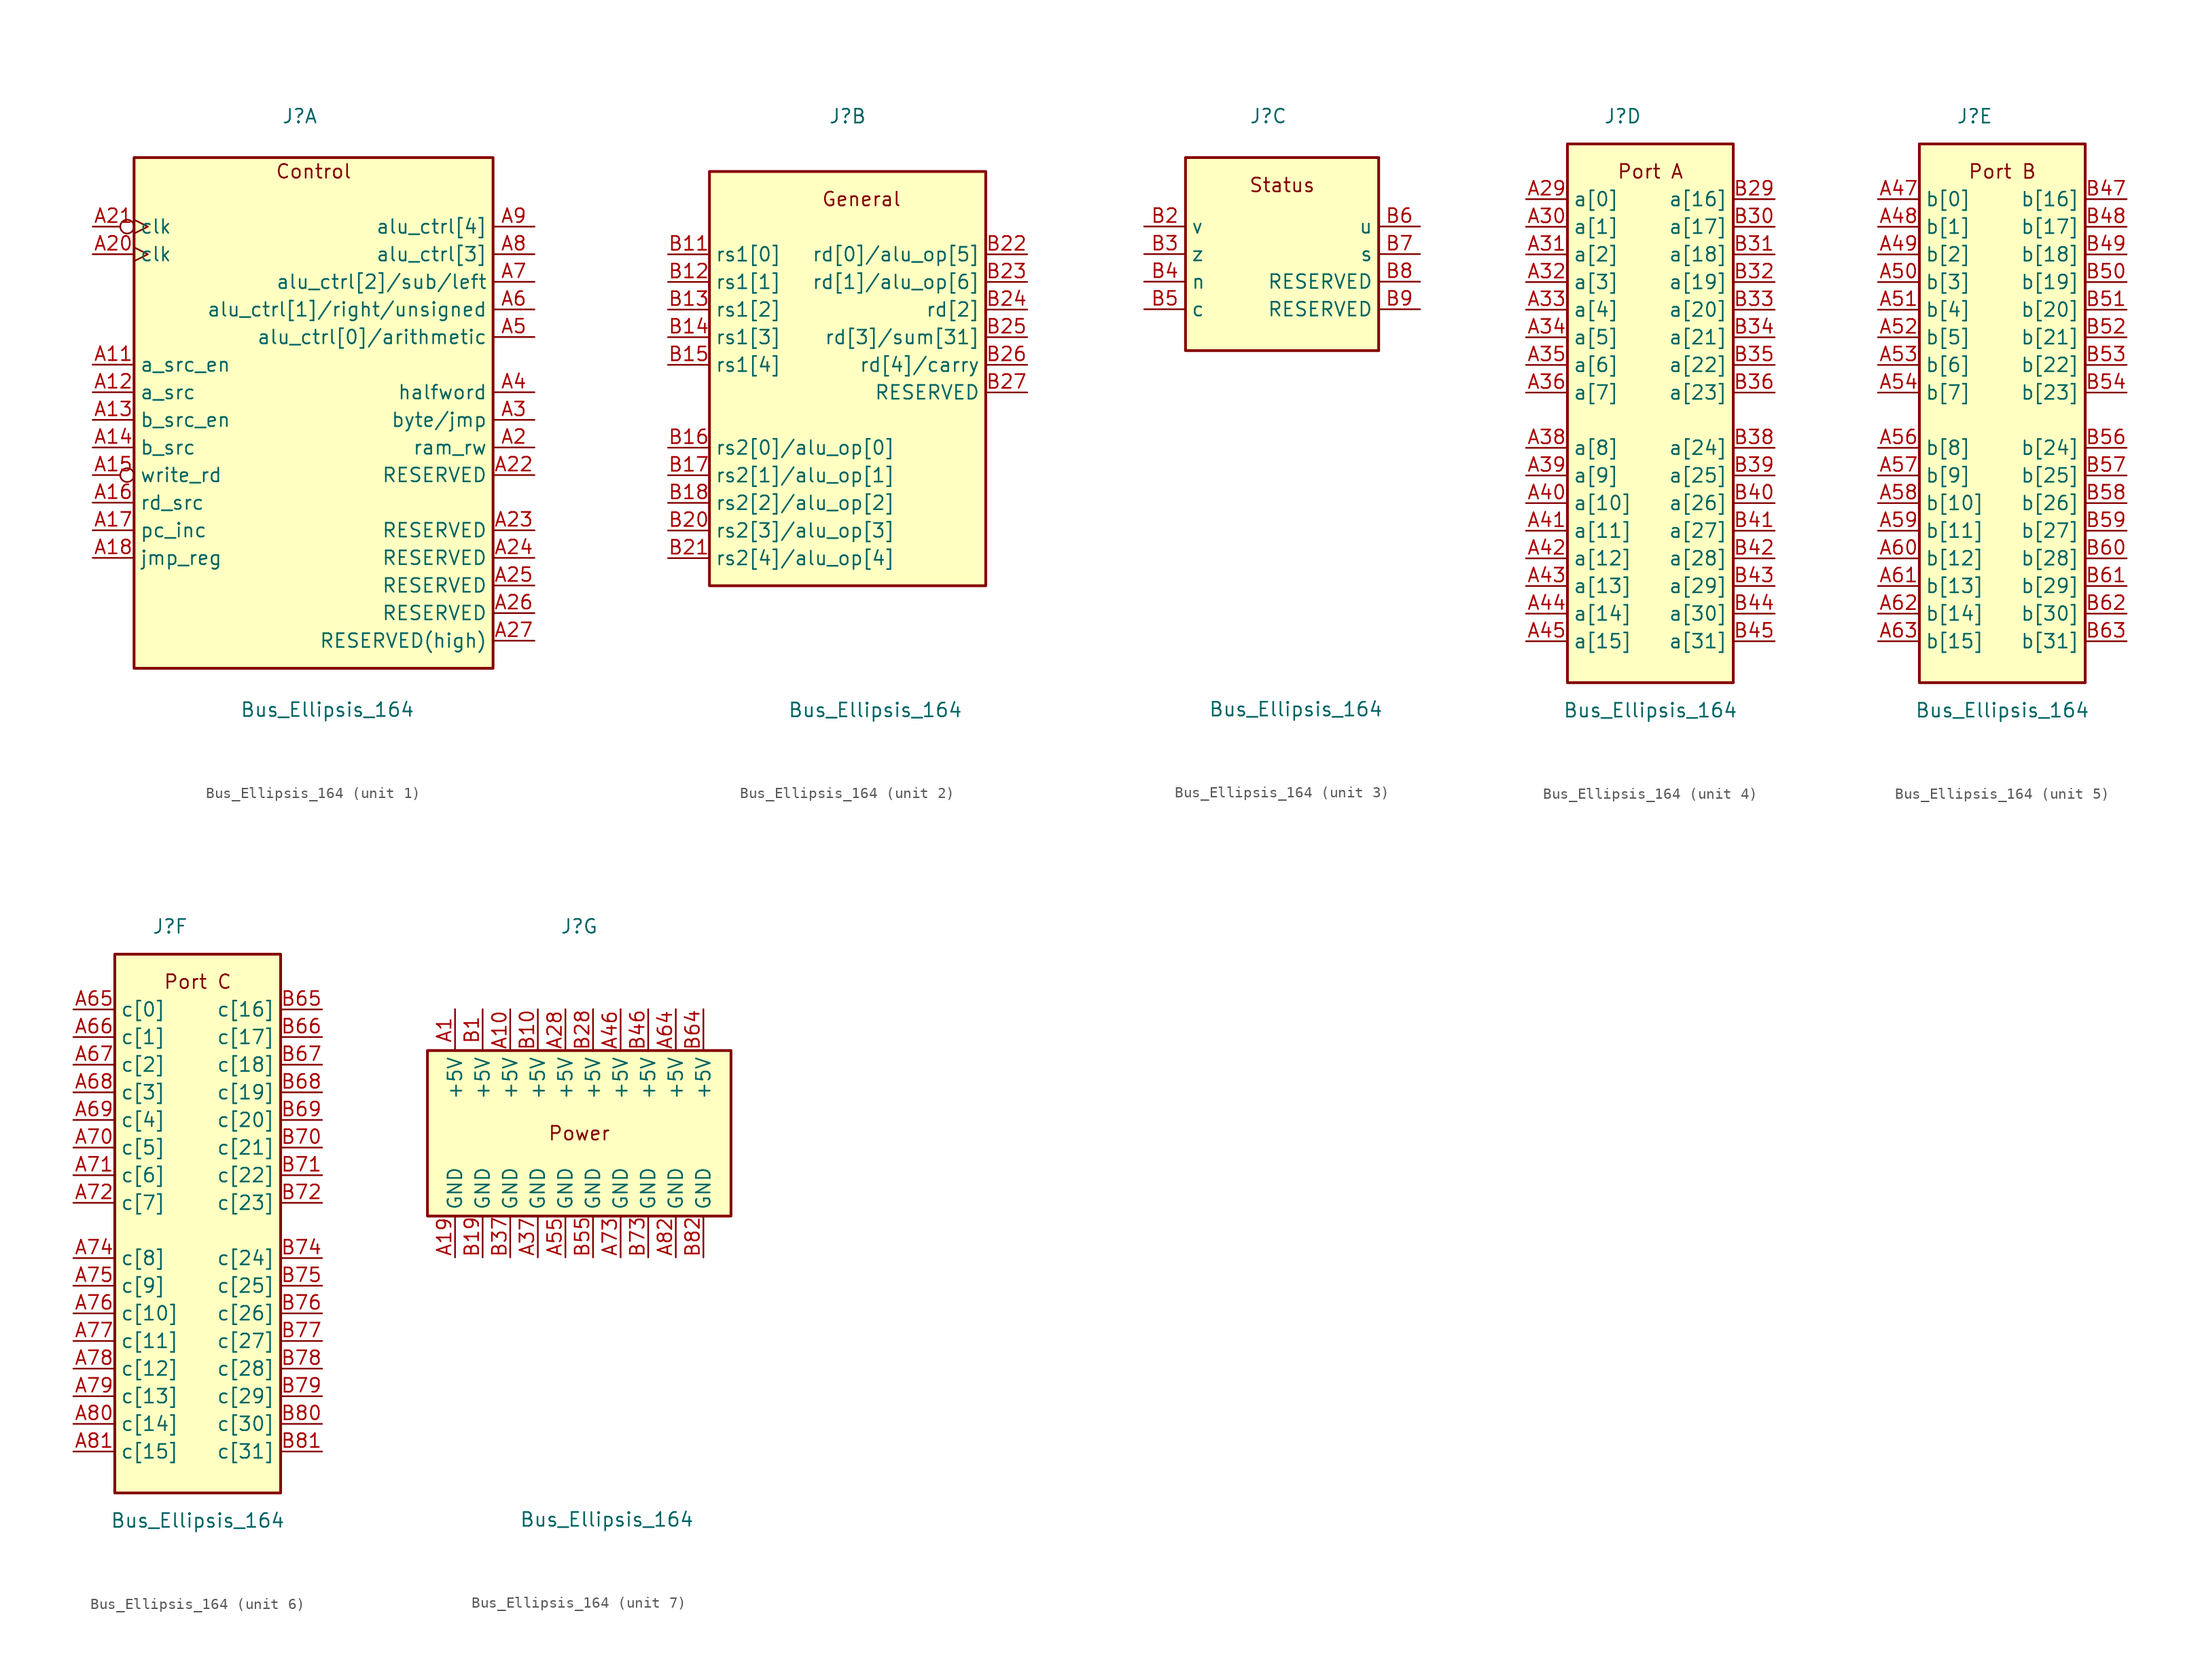
<source format=kicad_sym>
(kicad_symbol_lib
  (version 20231120)
  (generator "kicad_symbol_editor")
  (generator_version "8.0")
  (symbol "Bus_Ellipsis_164"
    (property "Reference" "J"
      (at -1.27 25.4 0)
      (effects (font (size 1.27 1.27))))
    (property "Value" "Bus_Ellipsis_164"
      (at 1.27 -29.21 0)
      (effects (font (size 1.27 1.27))))
    (property "ki_locked" ""
      (at 0 0 0)
      (effects (font (size 1.27 1.27))))
    (symbol "Bus_Ellipsis_164_1_1"
      (rectangle (start -16.51 21.59) (end 16.51 -25.4) (stroke (width 0.254) (type default)) (fill (type background)))
      (text "Control" (at 0 20.32 0) (effects (font (size 1.27 1.27))))
      (pin bidirectional line (at -20.32 2.54 0) (length 3.81) (name "a_src_en" (effects (font (size 1.27 1.27)))) (number "A11" (effects (font (size 1.27 1.27)))))
      (pin bidirectional line (at -20.32 0 0) (length 3.81) (name "a_src" (effects (font (size 1.27 1.27)))) (number "A12" (effects (font (size 1.27 1.27)))))
      (pin bidirectional line (at -20.32 -2.54 0) (length 3.81) (name "b_src_en" (effects (font (size 1.27 1.27)))) (number "A13" (effects (font (size 1.27 1.27)))))
      (pin bidirectional line (at -20.32 -5.08 0) (length 3.81) (name "b_src" (effects (font (size 1.27 1.27)))) (number "A14" (effects (font (size 1.27 1.27)))))
      (pin bidirectional inverted (at -20.32 -7.62 0) (length 3.81) (name "write_rd" (effects (font (size 1.27 1.27)))) (number "A15" (effects (font (size 1.27 1.27)))))
      (pin bidirectional line (at -20.32 -10.16 0) (length 3.81) (name "rd_src" (effects (font (size 1.27 1.27)))) (number "A16" (effects (font (size 1.27 1.27)))))
      (pin bidirectional line (at -20.32 -12.7 0) (length 3.81) (name "pc_inc" (effects (font (size 1.27 1.27)))) (number "A17" (effects (font (size 1.27 1.27)))))
      (pin bidirectional line (at -20.32 -15.24 0) (length 3.81) (name "jmp_reg" (effects (font (size 1.27 1.27)))) (number "A18" (effects (font (size 1.27 1.27)))))
      (pin bidirectional line (at 20.32 -5.08 180) (length 3.81) (name "ram_rw" (effects (font (size 1.27 1.27)))) (number "A2" (effects (font (size 1.27 1.27)))))
      (pin bidirectional clock (at -20.32 12.7 0) (length 3.81) (name "clk" (effects (font (size 1.27 1.27)))) (number "A20" (effects (font (size 1.27 1.27)))))
      (pin bidirectional inverted_clock (at -20.32 15.24 0) (length 3.81) (name "clk" (effects (font (size 1.27 1.27)))) (number "A21" (effects (font (size 1.27 1.27)))))
      (pin bidirectional line (at 20.32 -7.62 180) (length 3.81) (name "RESERVED" (effects (font (size 1.27 1.27)))) (number "A22" (effects (font (size 1.27 1.27)))))
      (pin bidirectional line (at 20.32 -12.7 180) (length 3.81) (name "RESERVED" (effects (font (size 1.27 1.27)))) (number "A23" (effects (font (size 1.27 1.27)))))
      (pin bidirectional line (at 20.32 -15.24 180) (length 3.81) (name "RESERVED" (effects (font (size 1.27 1.27)))) (number "A24" (effects (font (size 1.27 1.27)))))
      (pin bidirectional line (at 20.32 -17.78 180) (length 3.81) (name "RESERVED" (effects (font (size 1.27 1.27)))) (number "A25" (effects (font (size 1.27 1.27)))))
      (pin bidirectional line (at 20.32 -20.32 180) (length 3.81) (name "RESERVED" (effects (font (size 1.27 1.27)))) (number "A26" (effects (font (size 1.27 1.27)))))
      (pin bidirectional line (at 20.32 -22.86 180) (length 3.81) (name "RESERVED(high)" (effects (font (size 1.27 1.27)))) (number "A27" (effects (font (size 1.27 1.27)))))
      (pin bidirectional line (at 20.32 -2.54 180) (length 3.81) (name "byte/jmp" (effects (font (size 1.27 1.27)))) (number "A3" (effects (font (size 1.27 1.27)))))
      (pin bidirectional line (at 20.32 0 180) (length 3.81) (name "halfword" (effects (font (size 1.27 1.27)))) (number "A4" (effects (font (size 1.27 1.27)))))
      (pin bidirectional line (at 20.32 5.08 180) (length 3.81) (name "alu_ctrl[0]/arithmetic" (effects (font (size 1.27 1.27)))) (number "A5" (effects (font (size 1.27 1.27)))))
      (pin bidirectional line (at 20.32 7.62 180) (length 3.81) (name "alu_ctrl[1]/right/unsigned" (effects (font (size 1.27 1.27)))) (number "A6" (effects (font (size 1.27 1.27)))))
      (pin bidirectional line (at 20.32 10.16 180) (length 3.81) (name "alu_ctrl[2]/sub/left" (effects (font (size 1.27 1.27)))) (number "A7" (effects (font (size 1.27 1.27)))))
      (pin bidirectional line (at 20.32 12.7 180) (length 3.81) (name "alu_ctrl[3]" (effects (font (size 1.27 1.27)))) (number "A8" (effects (font (size 1.27 1.27)))))
      (pin bidirectional line (at 20.32 15.24 180) (length 3.81) (name "alu_ctrl[4]" (effects (font (size 1.27 1.27)))) (number "A9" (effects (font (size 1.27 1.27))))))
    (symbol "Bus_Ellipsis_164_2_1"
      (rectangle (start -13.97 20.32) (end 11.43 -17.78) (stroke (width 0.254) (type default)) (fill (type background)))
      (text "General" (at 0 17.78 0) (effects (font (size 1.27 1.27))))
      (pin bidirectional line (at -17.78 12.7 0) (length 3.81) (name "rs1[0]" (effects (font (size 1.27 1.27)))) (number "B11" (effects (font (size 1.27 1.27)))))
      (pin bidirectional line (at -17.78 10.16 0) (length 3.81) (name "rs1[1]" (effects (font (size 1.27 1.27)))) (number "B12" (effects (font (size 1.27 1.27)))))
      (pin bidirectional line (at -17.78 7.62 0) (length 3.81) (name "rs1[2]" (effects (font (size 1.27 1.27)))) (number "B13" (effects (font (size 1.27 1.27)))))
      (pin bidirectional line (at -17.78 5.08 0) (length 3.81) (name "rs1[3]" (effects (font (size 1.27 1.27)))) (number "B14" (effects (font (size 1.27 1.27)))))
      (pin bidirectional line (at -17.78 2.54 0) (length 3.81) (name "rs1[4]" (effects (font (size 1.27 1.27)))) (number "B15" (effects (font (size 1.27 1.27)))))
      (pin bidirectional line (at -17.78 -5.08 0) (length 3.81) (name "rs2[0]/alu_op[0]" (effects (font (size 1.27 1.27)))) (number "B16" (effects (font (size 1.27 1.27)))))
      (pin bidirectional line (at -17.78 -7.62 0) (length 3.81) (name "rs2[1]/alu_op[1]" (effects (font (size 1.27 1.27)))) (number "B17" (effects (font (size 1.27 1.27)))))
      (pin bidirectional line (at -17.78 -10.16 0) (length 3.81) (name "rs2[2]/alu_op[2]" (effects (font (size 1.27 1.27)))) (number "B18" (effects (font (size 1.27 1.27)))))
      (pin bidirectional line (at -17.78 -12.7 0) (length 3.81) (name "rs2[3]/alu_op[3]" (effects (font (size 1.27 1.27)))) (number "B20" (effects (font (size 1.27 1.27)))))
      (pin bidirectional line (at -17.78 -15.24 0) (length 3.81) (name "rs2[4]/alu_op[4]" (effects (font (size 1.27 1.27)))) (number "B21" (effects (font (size 1.27 1.27)))))
      (pin bidirectional line (at 15.24 12.7 180) (length 3.81) (name "rd[0]/alu_op[5]" (effects (font (size 1.27 1.27)))) (number "B22" (effects (font (size 1.27 1.27)))))
      (pin bidirectional line (at 15.24 10.16 180) (length 3.81) (name "rd[1]/alu_op[6]" (effects (font (size 1.27 1.27)))) (number "B23" (effects (font (size 1.27 1.27)))))
      (pin bidirectional line (at 15.24 7.62 180) (length 3.81) (name "rd[2]" (effects (font (size 1.27 1.27)))) (number "B24" (effects (font (size 1.27 1.27)))))
      (pin bidirectional line (at 15.24 5.08 180) (length 3.81) (name "rd[3]/sum[31]" (effects (font (size 1.27 1.27)))) (number "B25" (effects (font (size 1.27 1.27)))))
      (pin bidirectional line (at 15.24 2.54 180) (length 3.81) (name "rd[4]/carry" (effects (font (size 1.27 1.27)))) (number "B26" (effects (font (size 1.27 1.27)))))
      (pin bidirectional line (at 15.24 0 180) (length 3.81) (name "RESERVED" (effects (font (size 1.27 1.27)))) (number "B27" (effects (font (size 1.27 1.27))))))
    (symbol "Bus_Ellipsis_164_3_1"
      (rectangle (start -8.89 21.59) (end 8.89 3.81) (stroke (width 0.254) (type default)) (fill (type background)))
      (text "Status" (at 0 19.05 0) (effects (font (size 1.27 1.27))))
      (pin bidirectional line (at -12.7 15.24 0) (length 3.81) (name "v" (effects (font (size 1.27 1.27)))) (number "B2" (effects (font (size 1.27 1.27)))))
      (pin bidirectional line (at -12.7 12.7 0) (length 3.81) (name "z" (effects (font (size 1.27 1.27)))) (number "B3" (effects (font (size 1.27 1.27)))))
      (pin bidirectional line (at -12.7 10.16 0) (length 3.81) (name "n" (effects (font (size 1.27 1.27)))) (number "B4" (effects (font (size 1.27 1.27)))))
      (pin bidirectional line (at -12.7 7.62 0) (length 3.81) (name "c" (effects (font (size 1.27 1.27)))) (number "B5" (effects (font (size 1.27 1.27)))))
      (pin bidirectional line (at 12.7 15.24 180) (length 3.81) (name "u" (effects (font (size 1.27 1.27)))) (number "B6" (effects (font (size 1.27 1.27)))))
      (pin bidirectional line (at 12.7 12.7 180) (length 3.81) (name "s" (effects (font (size 1.27 1.27)))) (number "B7" (effects (font (size 1.27 1.27)))))
      (pin bidirectional line (at 12.7 10.16 180) (length 3.81) (name "RESERVED" (effects (font (size 1.27 1.27)))) (number "B8" (effects (font (size 1.27 1.27)))))
      (pin bidirectional line (at 12.7 7.62 180) (length 3.81) (name "RESERVED" (effects (font (size 1.27 1.27)))) (number "B9" (effects (font (size 1.27 1.27))))))
    (symbol "Bus_Ellipsis_164_4_1"
      (rectangle (start -6.35 22.86) (end 8.89 -26.67) (stroke (width 0.254) (type default)) (fill (type background)))
      (text "Port A" (at 1.27 20.32 0) (effects (font (size 1.27 1.27))))
      (pin bidirectional line (at -10.16 17.78 0) (length 3.81) (name "a[0]" (effects (font (size 1.27 1.27)))) (number "A29" (effects (font (size 1.27 1.27)))))
      (pin bidirectional line (at -10.16 15.24 0) (length 3.81) (name "a[1]" (effects (font (size 1.27 1.27)))) (number "A30" (effects (font (size 1.27 1.27)))))
      (pin bidirectional line (at -10.16 12.7 0) (length 3.81) (name "a[2]" (effects (font (size 1.27 1.27)))) (number "A31" (effects (font (size 1.27 1.27)))))
      (pin bidirectional line (at -10.16 10.16 0) (length 3.81) (name "a[3]" (effects (font (size 1.27 1.27)))) (number "A32" (effects (font (size 1.27 1.27)))))
      (pin bidirectional line (at -10.16 7.62 0) (length 3.81) (name "a[4]" (effects (font (size 1.27 1.27)))) (number "A33" (effects (font (size 1.27 1.27)))))
      (pin bidirectional line (at -10.16 5.08 0) (length 3.81) (name "a[5]" (effects (font (size 1.27 1.27)))) (number "A34" (effects (font (size 1.27 1.27)))))
      (pin bidirectional line (at -10.16 2.54 0) (length 3.81) (name "a[6]" (effects (font (size 1.27 1.27)))) (number "A35" (effects (font (size 1.27 1.27)))))
      (pin bidirectional line (at -10.16 0 0) (length 3.81) (name "a[7]" (effects (font (size 1.27 1.27)))) (number "A36" (effects (font (size 1.27 1.27)))))
      (pin bidirectional line (at -10.16 -5.08 0) (length 3.81) (name "a[8]" (effects (font (size 1.27 1.27)))) (number "A38" (effects (font (size 1.27 1.27)))))
      (pin bidirectional line (at -10.16 -7.62 0) (length 3.81) (name "a[9]" (effects (font (size 1.27 1.27)))) (number "A39" (effects (font (size 1.27 1.27)))))
      (pin bidirectional line (at -10.16 -10.16 0) (length 3.81) (name "a[10]" (effects (font (size 1.27 1.27)))) (number "A40" (effects (font (size 1.27 1.27)))))
      (pin bidirectional line (at -10.16 -12.7 0) (length 3.81) (name "a[11]" (effects (font (size 1.27 1.27)))) (number "A41" (effects (font (size 1.27 1.27)))))
      (pin bidirectional line (at -10.16 -15.24 0) (length 3.81) (name "a[12]" (effects (font (size 1.27 1.27)))) (number "A42" (effects (font (size 1.27 1.27)))))
      (pin bidirectional line (at -10.16 -17.78 0) (length 3.81) (name "a[13]" (effects (font (size 1.27 1.27)))) (number "A43" (effects (font (size 1.27 1.27)))))
      (pin bidirectional line (at -10.16 -20.32 0) (length 3.81) (name "a[14]" (effects (font (size 1.27 1.27)))) (number "A44" (effects (font (size 1.27 1.27)))))
      (pin bidirectional line (at -10.16 -22.86 0) (length 3.81) (name "a[15]" (effects (font (size 1.27 1.27)))) (number "A45" (effects (font (size 1.27 1.27)))))
      (pin bidirectional line (at 12.7 17.78 180) (length 3.81) (name "a[16]" (effects (font (size 1.27 1.27)))) (number "B29" (effects (font (size 1.27 1.27)))))
      (pin bidirectional line (at 12.7 15.24 180) (length 3.81) (name "a[17]" (effects (font (size 1.27 1.27)))) (number "B30" (effects (font (size 1.27 1.27)))))
      (pin bidirectional line (at 12.7 12.7 180) (length 3.81) (name "a[18]" (effects (font (size 1.27 1.27)))) (number "B31" (effects (font (size 1.27 1.27)))))
      (pin bidirectional line (at 12.7 10.16 180) (length 3.81) (name "a[19]" (effects (font (size 1.27 1.27)))) (number "B32" (effects (font (size 1.27 1.27)))))
      (pin bidirectional line (at 12.7 7.62 180) (length 3.81) (name "a[20]" (effects (font (size 1.27 1.27)))) (number "B33" (effects (font (size 1.27 1.27)))))
      (pin bidirectional line (at 12.7 5.08 180) (length 3.81) (name "a[21]" (effects (font (size 1.27 1.27)))) (number "B34" (effects (font (size 1.27 1.27)))))
      (pin bidirectional line (at 12.7 2.54 180) (length 3.81) (name "a[22]" (effects (font (size 1.27 1.27)))) (number "B35" (effects (font (size 1.27 1.27)))))
      (pin bidirectional line (at 12.7 0 180) (length 3.81) (name "a[23]" (effects (font (size 1.27 1.27)))) (number "B36" (effects (font (size 1.27 1.27)))))
      (pin bidirectional line (at 12.7 -5.08 180) (length 3.81) (name "a[24]" (effects (font (size 1.27 1.27)))) (number "B38" (effects (font (size 1.27 1.27)))))
      (pin bidirectional line (at 12.7 -7.62 180) (length 3.81) (name "a[25]" (effects (font (size 1.27 1.27)))) (number "B39" (effects (font (size 1.27 1.27)))))
      (pin bidirectional line (at 12.7 -10.16 180) (length 3.81) (name "a[26]" (effects (font (size 1.27 1.27)))) (number "B40" (effects (font (size 1.27 1.27)))))
      (pin bidirectional line (at 12.7 -12.7 180) (length 3.81) (name "a[27]" (effects (font (size 1.27 1.27)))) (number "B41" (effects (font (size 1.27 1.27)))))
      (pin bidirectional line (at 12.7 -15.24 180) (length 3.81) (name "a[28]" (effects (font (size 1.27 1.27)))) (number "B42" (effects (font (size 1.27 1.27)))))
      (pin bidirectional line (at 12.7 -17.78 180) (length 3.81) (name "a[29]" (effects (font (size 1.27 1.27)))) (number "B43" (effects (font (size 1.27 1.27)))))
      (pin bidirectional line (at 12.7 -20.32 180) (length 3.81) (name "a[30]" (effects (font (size 1.27 1.27)))) (number "B44" (effects (font (size 1.27 1.27)))))
      (pin bidirectional line (at 12.7 -22.86 180) (length 3.81) (name "a[31]" (effects (font (size 1.27 1.27)))) (number "B45" (effects (font (size 1.27 1.27))))))
    (symbol "Bus_Ellipsis_164_5_1"
      (rectangle (start -6.35 22.86) (end 8.89 -26.67) (stroke (width 0.254) (type default)) (fill (type background)))
      (text "Port B" (at 1.27 20.32 0) (effects (font (size 1.27 1.27))))
      (pin bidirectional line (at -10.16 17.78 0) (length 3.81) (name "b[0]" (effects (font (size 1.27 1.27)))) (number "A47" (effects (font (size 1.27 1.27)))))
      (pin bidirectional line (at -10.16 15.24 0) (length 3.81) (name "b[1]" (effects (font (size 1.27 1.27)))) (number "A48" (effects (font (size 1.27 1.27)))))
      (pin bidirectional line (at -10.16 12.7 0) (length 3.81) (name "b[2]" (effects (font (size 1.27 1.27)))) (number "A49" (effects (font (size 1.27 1.27)))))
      (pin bidirectional line (at -10.16 10.16 0) (length 3.81) (name "b[3]" (effects (font (size 1.27 1.27)))) (number "A50" (effects (font (size 1.27 1.27)))))
      (pin bidirectional line (at -10.16 7.62 0) (length 3.81) (name "b[4]" (effects (font (size 1.27 1.27)))) (number "A51" (effects (font (size 1.27 1.27)))))
      (pin bidirectional line (at -10.16 5.08 0) (length 3.81) (name "b[5]" (effects (font (size 1.27 1.27)))) (number "A52" (effects (font (size 1.27 1.27)))))
      (pin bidirectional line (at -10.16 2.54 0) (length 3.81) (name "b[6]" (effects (font (size 1.27 1.27)))) (number "A53" (effects (font (size 1.27 1.27)))))
      (pin bidirectional line (at -10.16 0 0) (length 3.81) (name "b[7]" (effects (font (size 1.27 1.27)))) (number "A54" (effects (font (size 1.27 1.27)))))
      (pin bidirectional line (at -10.16 -5.08 0) (length 3.81) (name "b[8]" (effects (font (size 1.27 1.27)))) (number "A56" (effects (font (size 1.27 1.27)))))
      (pin bidirectional line (at -10.16 -7.62 0) (length 3.81) (name "b[9]" (effects (font (size 1.27 1.27)))) (number "A57" (effects (font (size 1.27 1.27)))))
      (pin bidirectional line (at -10.16 -10.16 0) (length 3.81) (name "b[10]" (effects (font (size 1.27 1.27)))) (number "A58" (effects (font (size 1.27 1.27)))))
      (pin bidirectional line (at -10.16 -12.7 0) (length 3.81) (name "b[11]" (effects (font (size 1.27 1.27)))) (number "A59" (effects (font (size 1.27 1.27)))))
      (pin bidirectional line (at -10.16 -15.24 0) (length 3.81) (name "b[12]" (effects (font (size 1.27 1.27)))) (number "A60" (effects (font (size 1.27 1.27)))))
      (pin bidirectional line (at -10.16 -17.78 0) (length 3.81) (name "b[13]" (effects (font (size 1.27 1.27)))) (number "A61" (effects (font (size 1.27 1.27)))))
      (pin bidirectional line (at -10.16 -20.32 0) (length 3.81) (name "b[14]" (effects (font (size 1.27 1.27)))) (number "A62" (effects (font (size 1.27 1.27)))))
      (pin bidirectional line (at -10.16 -22.86 0) (length 3.81) (name "b[15]" (effects (font (size 1.27 1.27)))) (number "A63" (effects (font (size 1.27 1.27)))))
      (pin bidirectional line (at 12.7 17.78 180) (length 3.81) (name "b[16]" (effects (font (size 1.27 1.27)))) (number "B47" (effects (font (size 1.27 1.27)))))
      (pin bidirectional line (at 12.7 15.24 180) (length 3.81) (name "b[17]" (effects (font (size 1.27 1.27)))) (number "B48" (effects (font (size 1.27 1.27)))))
      (pin bidirectional line (at 12.7 12.7 180) (length 3.81) (name "b[18]" (effects (font (size 1.27 1.27)))) (number "B49" (effects (font (size 1.27 1.27)))))
      (pin bidirectional line (at 12.7 10.16 180) (length 3.81) (name "b[19]" (effects (font (size 1.27 1.27)))) (number "B50" (effects (font (size 1.27 1.27)))))
      (pin bidirectional line (at 12.7 7.62 180) (length 3.81) (name "b[20]" (effects (font (size 1.27 1.27)))) (number "B51" (effects (font (size 1.27 1.27)))))
      (pin bidirectional line (at 12.7 5.08 180) (length 3.81) (name "b[21]" (effects (font (size 1.27 1.27)))) (number "B52" (effects (font (size 1.27 1.27)))))
      (pin bidirectional line (at 12.7 2.54 180) (length 3.81) (name "b[22]" (effects (font (size 1.27 1.27)))) (number "B53" (effects (font (size 1.27 1.27)))))
      (pin bidirectional line (at 12.7 0 180) (length 3.81) (name "b[23]" (effects (font (size 1.27 1.27)))) (number "B54" (effects (font (size 1.27 1.27)))))
      (pin bidirectional line (at 12.7 -5.08 180) (length 3.81) (name "b[24]" (effects (font (size 1.27 1.27)))) (number "B56" (effects (font (size 1.27 1.27)))))
      (pin bidirectional line (at 12.7 -7.62 180) (length 3.81) (name "b[25]" (effects (font (size 1.27 1.27)))) (number "B57" (effects (font (size 1.27 1.27)))))
      (pin bidirectional line (at 12.7 -10.16 180) (length 3.81) (name "b[26]" (effects (font (size 1.27 1.27)))) (number "B58" (effects (font (size 1.27 1.27)))))
      (pin bidirectional line (at 12.7 -12.7 180) (length 3.81) (name "b[27]" (effects (font (size 1.27 1.27)))) (number "B59" (effects (font (size 1.27 1.27)))))
      (pin bidirectional line (at 12.7 -15.24 180) (length 3.81) (name "b[28]" (effects (font (size 1.27 1.27)))) (number "B60" (effects (font (size 1.27 1.27)))))
      (pin bidirectional line (at 12.7 -17.78 180) (length 3.81) (name "b[29]" (effects (font (size 1.27 1.27)))) (number "B61" (effects (font (size 1.27 1.27)))))
      (pin bidirectional line (at 12.7 -20.32 180) (length 3.81) (name "b[30]" (effects (font (size 1.27 1.27)))) (number "B62" (effects (font (size 1.27 1.27)))))
      (pin bidirectional line (at 12.7 -22.86 180) (length 3.81) (name "b[31]" (effects (font (size 1.27 1.27)))) (number "B63" (effects (font (size 1.27 1.27))))))
    (symbol "Bus_Ellipsis_164_6_1"
      (rectangle (start -6.35 22.86) (end 8.89 -26.67) (stroke (width 0.254) (type default)) (fill (type background)))
      (text "Port C" (at 1.27 20.32 0) (effects (font (size 1.27 1.27))))
      (pin bidirectional line (at -10.16 17.78 0) (length 3.81) (name "c[0]" (effects (font (size 1.27 1.27)))) (number "A65" (effects (font (size 1.27 1.27)))))
      (pin bidirectional line (at -10.16 15.24 0) (length 3.81) (name "c[1]" (effects (font (size 1.27 1.27)))) (number "A66" (effects (font (size 1.27 1.27)))))
      (pin bidirectional line (at -10.16 12.7 0) (length 3.81) (name "c[2]" (effects (font (size 1.27 1.27)))) (number "A67" (effects (font (size 1.27 1.27)))))
      (pin bidirectional line (at -10.16 10.16 0) (length 3.81) (name "c[3]" (effects (font (size 1.27 1.27)))) (number "A68" (effects (font (size 1.27 1.27)))))
      (pin bidirectional line (at -10.16 7.62 0) (length 3.81) (name "c[4]" (effects (font (size 1.27 1.27)))) (number "A69" (effects (font (size 1.27 1.27)))))
      (pin bidirectional line (at -10.16 5.08 0) (length 3.81) (name "c[5]" (effects (font (size 1.27 1.27)))) (number "A70" (effects (font (size 1.27 1.27)))))
      (pin bidirectional line (at -10.16 2.54 0) (length 3.81) (name "c[6]" (effects (font (size 1.27 1.27)))) (number "A71" (effects (font (size 1.27 1.27)))))
      (pin bidirectional line (at -10.16 0 0) (length 3.81) (name "c[7]" (effects (font (size 1.27 1.27)))) (number "A72" (effects (font (size 1.27 1.27)))))
      (pin bidirectional line (at -10.16 -5.08 0) (length 3.81) (name "c[8]" (effects (font (size 1.27 1.27)))) (number "A74" (effects (font (size 1.27 1.27)))))
      (pin bidirectional line (at -10.16 -7.62 0) (length 3.81) (name "c[9]" (effects (font (size 1.27 1.27)))) (number "A75" (effects (font (size 1.27 1.27)))))
      (pin bidirectional line (at -10.16 -10.16 0) (length 3.81) (name "c[10]" (effects (font (size 1.27 1.27)))) (number "A76" (effects (font (size 1.27 1.27)))))
      (pin bidirectional line (at -10.16 -12.7 0) (length 3.81) (name "c[11]" (effects (font (size 1.27 1.27)))) (number "A77" (effects (font (size 1.27 1.27)))))
      (pin bidirectional line (at -10.16 -15.24 0) (length 3.81) (name "c[12]" (effects (font (size 1.27 1.27)))) (number "A78" (effects (font (size 1.27 1.27)))))
      (pin bidirectional line (at -10.16 -17.78 0) (length 3.81) (name "c[13]" (effects (font (size 1.27 1.27)))) (number "A79" (effects (font (size 1.27 1.27)))))
      (pin bidirectional line (at -10.16 -20.32 0) (length 3.81) (name "c[14]" (effects (font (size 1.27 1.27)))) (number "A80" (effects (font (size 1.27 1.27)))))
      (pin bidirectional line (at -10.16 -22.86 0) (length 3.81) (name "c[15]" (effects (font (size 1.27 1.27)))) (number "A81" (effects (font (size 1.27 1.27)))))
      (pin bidirectional line (at 12.7 17.78 180) (length 3.81) (name "c[16]" (effects (font (size 1.27 1.27)))) (number "B65" (effects (font (size 1.27 1.27)))))
      (pin bidirectional line (at 12.7 15.24 180) (length 3.81) (name "c[17]" (effects (font (size 1.27 1.27)))) (number "B66" (effects (font (size 1.27 1.27)))))
      (pin bidirectional line (at 12.7 12.7 180) (length 3.81) (name "c[18]" (effects (font (size 1.27 1.27)))) (number "B67" (effects (font (size 1.27 1.27)))))
      (pin bidirectional line (at 12.7 10.16 180) (length 3.81) (name "c[19]" (effects (font (size 1.27 1.27)))) (number "B68" (effects (font (size 1.27 1.27)))))
      (pin bidirectional line (at 12.7 7.62 180) (length 3.81) (name "c[20]" (effects (font (size 1.27 1.27)))) (number "B69" (effects (font (size 1.27 1.27)))))
      (pin bidirectional line (at 12.7 5.08 180) (length 3.81) (name "c[21]" (effects (font (size 1.27 1.27)))) (number "B70" (effects (font (size 1.27 1.27)))))
      (pin bidirectional line (at 12.7 2.54 180) (length 3.81) (name "c[22]" (effects (font (size 1.27 1.27)))) (number "B71" (effects (font (size 1.27 1.27)))))
      (pin bidirectional line (at 12.7 0 180) (length 3.81) (name "c[23]" (effects (font (size 1.27 1.27)))) (number "B72" (effects (font (size 1.27 1.27)))))
      (pin bidirectional line (at 12.7 -5.08 180) (length 3.81) (name "c[24]" (effects (font (size 1.27 1.27)))) (number "B74" (effects (font (size 1.27 1.27)))))
      (pin bidirectional line (at 12.7 -7.62 180) (length 3.81) (name "c[25]" (effects (font (size 1.27 1.27)))) (number "B75" (effects (font (size 1.27 1.27)))))
      (pin bidirectional line (at 12.7 -10.16 180) (length 3.81) (name "c[26]" (effects (font (size 1.27 1.27)))) (number "B76" (effects (font (size 1.27 1.27)))))
      (pin bidirectional line (at 12.7 -12.7 180) (length 3.81) (name "c[27]" (effects (font (size 1.27 1.27)))) (number "B77" (effects (font (size 1.27 1.27)))))
      (pin bidirectional line (at 12.7 -15.24 180) (length 3.81) (name "c[28]" (effects (font (size 1.27 1.27)))) (number "B78" (effects (font (size 1.27 1.27)))))
      (pin bidirectional line (at 12.7 -17.78 180) (length 3.81) (name "c[29]" (effects (font (size 1.27 1.27)))) (number "B79" (effects (font (size 1.27 1.27)))))
      (pin bidirectional line (at 12.7 -20.32 180) (length 3.81) (name "c[30]" (effects (font (size 1.27 1.27)))) (number "B80" (effects (font (size 1.27 1.27)))))
      (pin bidirectional line (at 12.7 -22.86 180) (length 3.81) (name "c[31]" (effects (font (size 1.27 1.27)))) (number "B81" (effects (font (size 1.27 1.27))))))
    (symbol "Bus_Ellipsis_164_7_1"
      (rectangle (start -15.24 13.97) (end 12.7 -1.27) (stroke (width 0.254) (type default)) (fill (type background)))
      (text "Power" (at -1.27 6.35 0) (effects (font (size 1.27 1.27))))
      (pin passive line (at -12.7 17.78 270) (length 3.81) (name "+5V" (effects (font (size 1.27 1.27)))) (number "A1" (effects (font (size 1.27 1.27)))))
      (pin passive line (at -7.62 17.78 270) (length 3.81) (name "+5V" (effects (font (size 1.27 1.27)))) (number "A10" (effects (font (size 1.27 1.27)))))
      (pin passive line (at -12.7 -5.08 90) (length 3.81) (name "GND" (effects (font (size 1.27 1.27)))) (number "A19" (effects (font (size 1.27 1.27)))))
      (pin passive line (at -2.54 17.78 270) (length 3.81) (name "+5V" (effects (font (size 1.27 1.27)))) (number "A28" (effects (font (size 1.27 1.27)))))
      (pin passive line (at -5.08 -5.08 90) (length 3.81) (name "GND" (effects (font (size 1.27 1.27)))) (number "A37" (effects (font (size 1.27 1.27)))))
      (pin passive line (at 2.54 17.78 270) (length 3.81) (name "+5V" (effects (font (size 1.27 1.27)))) (number "A46" (effects (font (size 1.27 1.27)))))
      (pin passive line (at -2.54 -5.08 90) (length 3.81) (name "GND" (effects (font (size 1.27 1.27)))) (number "A55" (effects (font (size 1.27 1.27)))))
      (pin passive line (at 7.62 17.78 270) (length 3.81) (name "+5V" (effects (font (size 1.27 1.27)))) (number "A64" (effects (font (size 1.27 1.27)))))
      (pin passive line (at 2.54 -5.08 90) (length 3.81) (name "GND" (effects (font (size 1.27 1.27)))) (number "A73" (effects (font (size 1.27 1.27)))))
      (pin passive line (at 7.62 -5.08 90) (length 3.81) (name "GND" (effects (font (size 1.27 1.27)))) (number "A82" (effects (font (size 1.27 1.27)))))
      (pin passive line (at -10.16 17.78 270) (length 3.81) (name "+5V" (effects (font (size 1.27 1.27)))) (number "B1" (effects (font (size 1.27 1.27)))))
      (pin passive line (at -5.08 17.78 270) (length 3.81) (name "+5V" (effects (font (size 1.27 1.27)))) (number "B10" (effects (font (size 1.27 1.27)))))
      (pin passive line (at -10.16 -5.08 90) (length 3.81) (name "GND" (effects (font (size 1.27 1.27)))) (number "B19" (effects (font (size 1.27 1.27)))))
      (pin passive line (at 0 17.78 270) (length 3.81) (name "+5V" (effects (font (size 1.27 1.27)))) (number "B28" (effects (font (size 1.27 1.27)))))
      (pin passive line (at -7.62 -5.08 90) (length 3.81) (name "GND" (effects (font (size 1.27 1.27)))) (number "B37" (effects (font (size 1.27 1.27)))))
      (pin passive line (at 5.08 17.78 270) (length 3.81) (name "+5V" (effects (font (size 1.27 1.27)))) (number "B46" (effects (font (size 1.27 1.27)))))
      (pin passive line (at 0 -5.08 90) (length 3.81) (name "GND" (effects (font (size 1.27 1.27)))) (number "B55" (effects (font (size 1.27 1.27)))))
      (pin passive line (at 10.16 17.78 270) (length 3.81) (name "+5V" (effects (font (size 1.27 1.27)))) (number "B64" (effects (font (size 1.27 1.27)))))
      (pin passive line (at 5.08 -5.08 90) (length 3.81) (name "GND" (effects (font (size 1.27 1.27)))) (number "B73" (effects (font (size 1.27 1.27)))))
      (pin passive line (at 10.16 -5.08 90) (length 3.81) (name "GND" (effects (font (size 1.27 1.27)))) (number "B82" (effects (font (size 1.27 1.27))))))))
</source>
